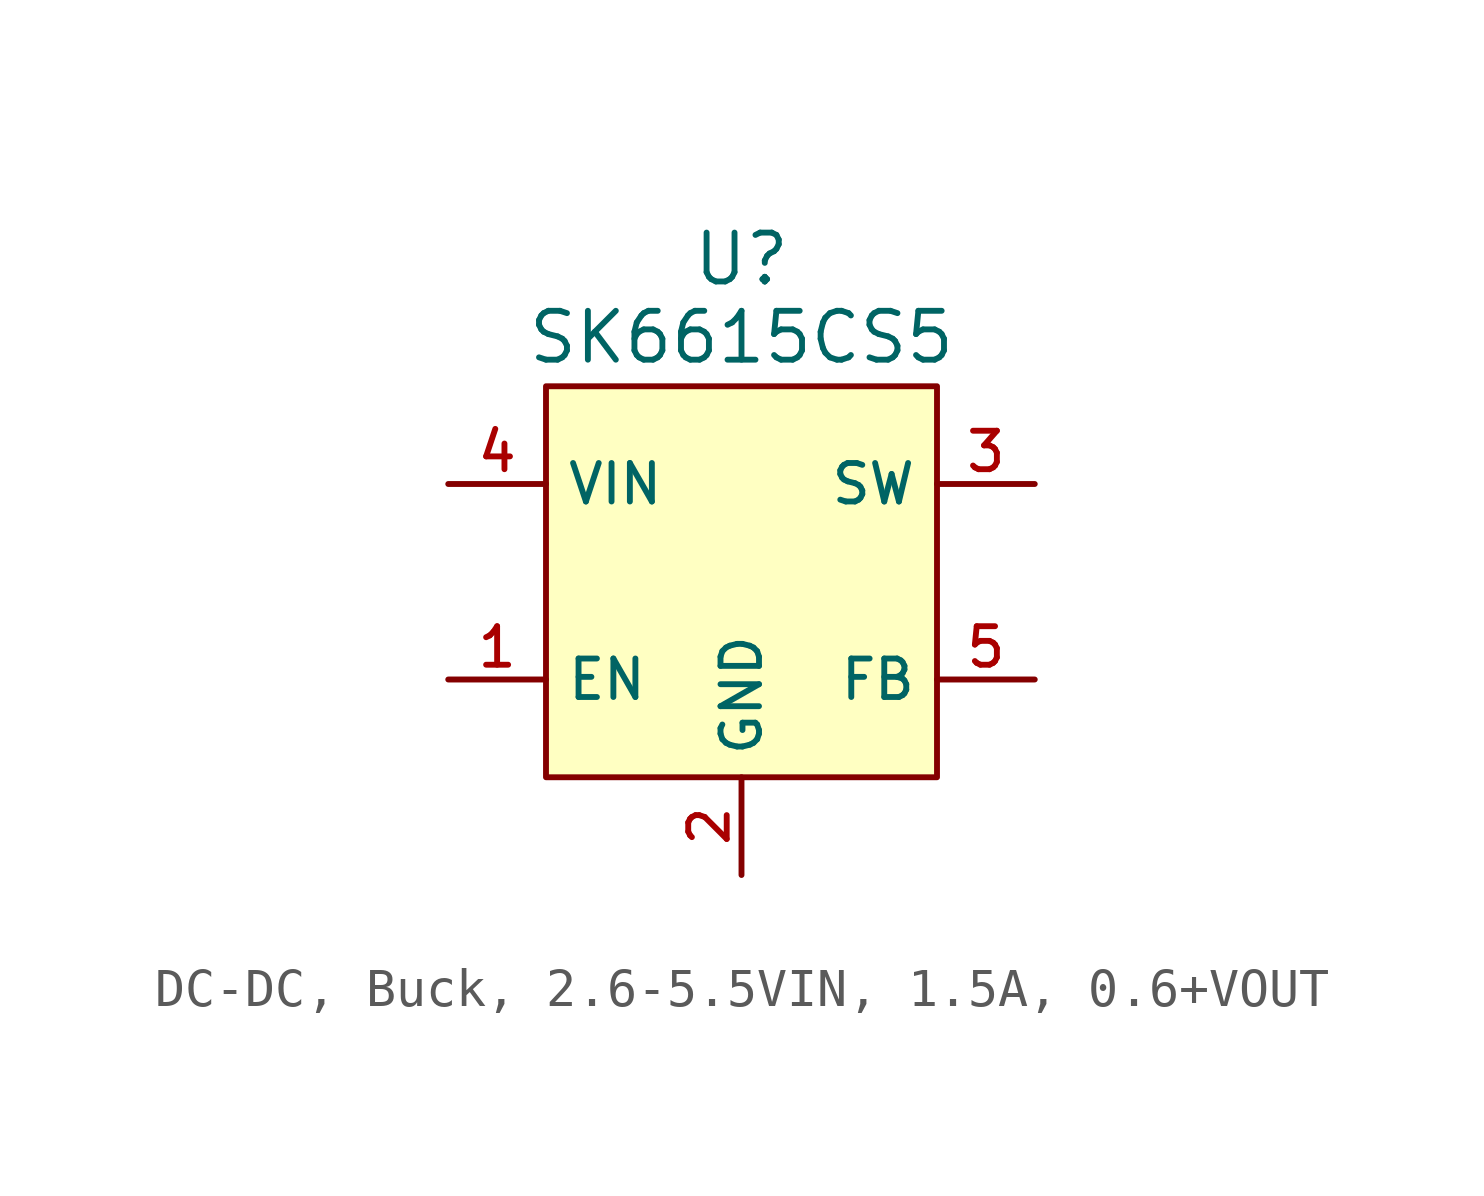
<source format=kicad_sym>
(kicad_symbol_lib
  (version 20231120)
  (generator "CDFER_Archive_Tool")
  (generator_version "0.0")
  (symbol "DC-DC, Buck, 2.6-5.5VIN, 1.5A, 0.6+VOUT"
    (property "Reference" "U"
      (at 0 8.382 0)
      (effects (font (size 1.27 1.27))))
    (property "Value" "SK6615CS5"
      (at 0 6.35 0)
      (effects (font (size 1.27 1.27))))
    (symbol "DC-DC, Buck, 2.6-5.5VIN, 1.5A, 0.6+VOUT_0_1"
      (rectangle (start -5.08 5.08) (end 5.08 -5.08) (stroke (width 0) (type default)) (fill (type background)))
      (pin unspecified line (at -7.62 -2.54 0) (length 2.54) (name "EN" (effects (font (size 1 1)))) (number "1" (effects (font (size 1 1)))))
      (pin unspecified line (at 0 -7.62 90) (length 2.54) (name "GND" (effects (font (size 1 1)))) (number "2" (effects (font (size 1 1)))))
      (pin unspecified line (at 7.62 2.54 180) (length 2.54) (name "SW" (effects (font (size 1 1)))) (number "3" (effects (font (size 1 1)))))
      (pin unspecified line (at -7.62 2.54 0) (length 2.54) (name "VIN" (effects (font (size 1 1)))) (number "4" (effects (font (size 1 1)))))
      (pin unspecified line (at 7.62 -2.54 180) (length 2.54) (name "FB" (effects (font (size 1 1)))) (number "5" (effects (font (size 1 1))))))))
</source>
